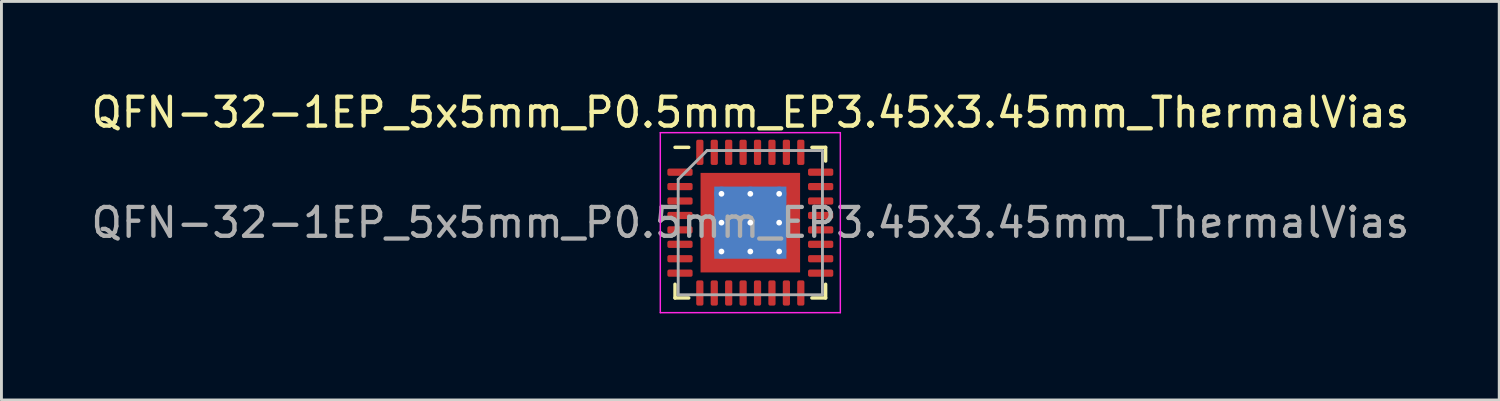
<source format=kicad_pcb>
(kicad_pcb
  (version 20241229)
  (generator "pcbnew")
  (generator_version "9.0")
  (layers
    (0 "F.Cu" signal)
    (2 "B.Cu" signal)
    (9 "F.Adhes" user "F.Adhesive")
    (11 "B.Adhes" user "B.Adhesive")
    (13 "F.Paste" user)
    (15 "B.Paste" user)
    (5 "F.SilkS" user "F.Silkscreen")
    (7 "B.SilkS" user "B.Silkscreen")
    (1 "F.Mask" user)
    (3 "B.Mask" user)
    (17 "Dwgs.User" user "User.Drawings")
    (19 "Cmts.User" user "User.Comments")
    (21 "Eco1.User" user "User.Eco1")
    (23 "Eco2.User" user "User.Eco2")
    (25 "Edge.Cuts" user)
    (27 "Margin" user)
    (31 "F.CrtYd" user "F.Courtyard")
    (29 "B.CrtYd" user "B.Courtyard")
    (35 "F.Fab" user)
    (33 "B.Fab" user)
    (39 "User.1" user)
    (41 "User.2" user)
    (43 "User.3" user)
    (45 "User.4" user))
  (footprint "QFN-32-1EP_5x5mm_P0.5mm_EP3.45x3.45mm_ThermalVias"
    (layer "F.Cu")
    (at 22.958 4.668)
    (property "Reference" "QFN-32-1EP_5x5mm_P0.5mm_EP3.45x3.45mm_ThermalVias" (at 0 -3.82 0) (layer "F.SilkS") (effects (font (size 1 1) (thickness 0.15))))
    (attr smd)
    (fp_line (start -2.61 2.61) (end -2.61 2.135) (stroke (width 0.12) (type solid)) (layer "F.SilkS"))
    (fp_line (start -2.135 -2.61) (end -2.61 -2.61) (stroke (width 0.12) (type solid)) (layer "F.SilkS"))
    (fp_line (start -2.135 2.61) (end -2.61 2.61) (stroke (width 0.12) (type solid)) (layer "F.SilkS"))
    (fp_line (start 2.135 -2.61) (end 2.61 -2.61) (stroke (width 0.12) (type solid)) (layer "F.SilkS"))
    (fp_line (start 2.135 2.61) (end 2.61 2.61) (stroke (width 0.12) (type solid)) (layer "F.SilkS"))
    (fp_line (start 2.61 -2.61) (end 2.61 -2.135) (stroke (width 0.12) (type solid)) (layer "F.SilkS"))
    (fp_line (start 2.61 2.61) (end 2.61 2.135) (stroke (width 0.12) (type solid)) (layer "F.SilkS"))
    (fp_line (start -3.12 -3.12) (end -3.12 3.12) (stroke (width 0.05) (type solid)) (layer "F.CrtYd"))
    (fp_line (start -3.12 3.12) (end 3.12 3.12) (stroke (width 0.05) (type solid)) (layer "F.CrtYd"))
    (fp_line (start 3.12 -3.12) (end -3.12 -3.12) (stroke (width 0.05) (type solid)) (layer "F.CrtYd"))
    (fp_line (start 3.12 3.12) (end 3.12 -3.12) (stroke (width 0.05) (type solid)) (layer "F.CrtYd"))
    (fp_line (start -2.5 -1.5) (end -1.5 -2.5) (stroke (width 0.1) (type solid)) (layer "F.Fab"))
    (fp_line (start -2.5 2.5) (end -2.5 -1.5) (stroke (width 0.1) (type solid)) (layer "F.Fab"))
    (fp_line (start -1.5 -2.5) (end 2.5 -2.5) (stroke (width 0.1) (type solid)) (layer "F.Fab"))
    (fp_line (start 2.5 -2.5) (end 2.5 2.5) (stroke (width 0.1) (type solid)) (layer "F.Fab"))
    (fp_line (start 2.5 2.5) (end -2.5 2.5) (stroke (width 0.1) (type solid)) (layer "F.Fab"))
    (fp_text user "${REFERENCE}" (at 0 0 0) (layer "F.Fab") (effects (font (size 1 1) (thickness 0.15))))
    (pad "" smd custom (at -1.363 -1.363) (size 0.484 0.484) (layers "F.Paste") (options (anchor circle)) (primitives (gr_poly (pts (xy -0.192 -0.192) (xy 0.192 -0.192) (xy 0.192 0.108) (xy 0.108 0.192) (xy -0.192 0.192)) (width 0.201) (fill yes))))
    (pad "" smd custom (at -1.363 -0.5) (size 0.503 0.503) (layers "F.Paste") (options (anchor circle)) (primitives (gr_poly (pts (xy -0.21 -0.321) (xy 0.143 -0.321) (xy 0.21 -0.254) (xy 0.21 0.254) (xy 0.143 0.321) (xy -0.21 0.321)) (width 0.164) (fill yes))))
    (pad "" smd custom (at -1.363 0.5) (size 0.503 0.503) (layers "F.Paste") (options (anchor circle)) (primitives (gr_poly (pts (xy -0.21 -0.321) (xy 0.143 -0.321) (xy 0.21 -0.254) (xy 0.21 0.254) (xy 0.143 0.321) (xy -0.21 0.321)) (width 0.164) (fill yes))))
    (pad "" smd custom (at -1.363 1.363) (size 0.484 0.484) (layers "F.Paste") (options (anchor circle)) (primitives (gr_poly (pts (xy -0.192 -0.192) (xy 0.108 -0.192) (xy 0.192 -0.108) (xy 0.192 0.192) (xy -0.192 0.192)) (width 0.201) (fill yes))))
    (pad "" smd custom (at -0.5 -1.363) (size 0.503 0.503) (layers "F.Paste") (options (anchor circle)) (primitives (gr_poly (pts (xy -0.321 -0.21) (xy 0.321 -0.21) (xy 0.321 0.143) (xy 0.254 0.21) (xy -0.254 0.21) (xy -0.321 0.143)) (width 0.164) (fill yes))))
    (pad "" smd roundrect (at -0.5 -0.5) (size 0.806 0.806) (layers "F.Paste") (roundrect_rratio 0.25))
    (pad "" smd roundrect (at -0.5 0.5) (size 0.806 0.806) (layers "F.Paste") (roundrect_rratio 0.25))
    (pad "" smd custom (at -0.5 1.363) (size 0.503 0.503) (layers "F.Paste") (options (anchor circle)) (primitives (gr_poly (pts (xy -0.321 -0.143) (xy -0.254 -0.21) (xy 0.254 -0.21) (xy 0.321 -0.143) (xy 0.321 0.21) (xy -0.321 0.21)) (width 0.164) (fill yes))))
    (pad "" smd custom (at 0.5 -1.363) (size 0.503 0.503) (layers "F.Paste") (options (anchor circle)) (primitives (gr_poly (pts (xy -0.321 -0.21) (xy 0.321 -0.21) (xy 0.321 0.143) (xy 0.254 0.21) (xy -0.254 0.21) (xy -0.321 0.143)) (width 0.164) (fill yes))))
    (pad "" smd roundrect (at 0.5 -0.5) (size 0.806 0.806) (layers "F.Paste") (roundrect_rratio 0.25))
    (pad "" smd roundrect (at 0.5 0.5) (size 0.806 0.806) (layers "F.Paste") (roundrect_rratio 0.25))
    (pad "" smd custom (at 0.5 1.363) (size 0.503 0.503) (layers "F.Paste") (options (anchor circle)) (primitives (gr_poly (pts (xy -0.321 -0.143) (xy -0.254 -0.21) (xy 0.254 -0.21) (xy 0.321 -0.143) (xy 0.321 0.21) (xy -0.321 0.21)) (width 0.164) (fill yes))))
    (pad "" smd custom (at 1.363 -1.363) (size 0.484 0.484) (layers "F.Paste") (options (anchor circle)) (primitives (gr_poly (pts (xy -0.192 -0.192) (xy 0.192 -0.192) (xy 0.192 0.192) (xy -0.108 0.192) (xy -0.192 0.108)) (width 0.201) (fill yes))))
    (pad "" smd custom (at 1.363 -0.5) (size 0.503 0.503) (layers "F.Paste") (options (anchor circle)) (primitives (gr_poly (pts (xy -0.21 -0.254) (xy -0.143 -0.321) (xy 0.21 -0.321) (xy 0.21 0.321) (xy -0.143 0.321) (xy -0.21 0.254)) (width 0.164) (fill yes))))
    (pad "" smd custom (at 1.363 0.5) (size 0.503 0.503) (layers "F.Paste") (options (anchor circle)) (primitives (gr_poly (pts (xy -0.21 -0.254) (xy -0.143 -0.321) (xy 0.21 -0.321) (xy 0.21 0.321) (xy -0.143 0.321) (xy -0.21 0.254)) (width 0.164) (fill yes))))
    (pad "" smd custom (at 1.363 1.363) (size 0.484 0.484) (layers "F.Paste") (options (anchor circle)) (primitives (gr_poly (pts (xy -0.192 -0.108) (xy -0.108 -0.192) (xy 0.192 -0.192) (xy 0.192 0.192) (xy -0.192 0.192)) (width 0.201) (fill yes))))
    (pad "1" smd roundrect (at -2.438 -1.75) (size 0.875 0.25) (layers "F.Cu" "F.Mask" "F.Paste") (roundrect_rratio 0.25))
    (pad "2" smd roundrect (at -2.438 -1.25) (size 0.875 0.25) (layers "F.Cu" "F.Mask" "F.Paste") (roundrect_rratio 0.25))
    (pad "3" smd roundrect (at -2.438 -0.75) (size 0.875 0.25) (layers "F.Cu" "F.Mask" "F.Paste") (roundrect_rratio 0.25))
    (pad "4" smd roundrect (at -2.438 -0.25) (size 0.875 0.25) (layers "F.Cu" "F.Mask" "F.Paste") (roundrect_rratio 0.25))
    (pad "5" smd roundrect (at -2.438 0.25) (size 0.875 0.25) (layers "F.Cu" "F.Mask" "F.Paste") (roundrect_rratio 0.25))
    (pad "6" smd roundrect (at -2.438 0.75) (size 0.875 0.25) (layers "F.Cu" "F.Mask" "F.Paste") (roundrect_rratio 0.25))
    (pad "7" smd roundrect (at -2.438 1.25) (size 0.875 0.25) (layers "F.Cu" "F.Mask" "F.Paste") (roundrect_rratio 0.25))
    (pad "8" smd roundrect (at -2.438 1.75) (size 0.875 0.25) (layers "F.Cu" "F.Mask" "F.Paste") (roundrect_rratio 0.25))
    (pad "9" smd roundrect (at -1.75 2.438) (size 0.25 0.875) (layers "F.Cu" "F.Mask" "F.Paste") (roundrect_rratio 0.25))
    (pad "10" smd roundrect (at -1.25 2.438) (size 0.25 0.875) (layers "F.Cu" "F.Mask" "F.Paste") (roundrect_rratio 0.25))
    (pad "11" smd roundrect (at -0.75 2.438) (size 0.25 0.875) (layers "F.Cu" "F.Mask" "F.Paste") (roundrect_rratio 0.25))
    (pad "12" smd roundrect (at -0.25 2.438) (size 0.25 0.875) (layers "F.Cu" "F.Mask" "F.Paste") (roundrect_rratio 0.25))
    (pad "13" smd roundrect (at 0.25 2.438) (size 0.25 0.875) (layers "F.Cu" "F.Mask" "F.Paste") (roundrect_rratio 0.25))
    (pad "14" smd roundrect (at 0.75 2.438) (size 0.25 0.875) (layers "F.Cu" "F.Mask" "F.Paste") (roundrect_rratio 0.25))
    (pad "15" smd roundrect (at 1.25 2.438) (size 0.25 0.875) (layers "F.Cu" "F.Mask" "F.Paste") (roundrect_rratio 0.25))
    (pad "16" smd roundrect (at 1.75 2.438) (size 0.25 0.875) (layers "F.Cu" "F.Mask" "F.Paste") (roundrect_rratio 0.25))
    (pad "17" smd roundrect (at 2.438 1.75) (size 0.875 0.25) (layers "F.Cu" "F.Mask" "F.Paste") (roundrect_rratio 0.25))
    (pad "18" smd roundrect (at 2.438 1.25) (size 0.875 0.25) (layers "F.Cu" "F.Mask" "F.Paste") (roundrect_rratio 0.25))
    (pad "19" smd roundrect (at 2.438 0.75) (size 0.875 0.25) (layers "F.Cu" "F.Mask" "F.Paste") (roundrect_rratio 0.25))
    (pad "20" smd roundrect (at 2.438 0.25) (size 0.875 0.25) (layers "F.Cu" "F.Mask" "F.Paste") (roundrect_rratio 0.25))
    (pad "21" smd roundrect (at 2.438 -0.25) (size 0.875 0.25) (layers "F.Cu" "F.Mask" "F.Paste") (roundrect_rratio 0.25))
    (pad "22" smd roundrect (at 2.438 -0.75) (size 0.875 0.25) (layers "F.Cu" "F.Mask" "F.Paste") (roundrect_rratio 0.25))
    (pad "23" smd roundrect (at 2.438 -1.25) (size 0.875 0.25) (layers "F.Cu" "F.Mask" "F.Paste") (roundrect_rratio 0.25))
    (pad "24" smd roundrect (at 2.438 -1.75) (size 0.875 0.25) (layers "F.Cu" "F.Mask" "F.Paste") (roundrect_rratio 0.25))
    (pad "25" smd roundrect (at 1.75 -2.438) (size 0.25 0.875) (layers "F.Cu" "F.Mask" "F.Paste") (roundrect_rratio 0.25))
    (pad "26" smd roundrect (at 1.25 -2.438) (size 0.25 0.875) (layers "F.Cu" "F.Mask" "F.Paste") (roundrect_rratio 0.25))
    (pad "27" smd roundrect (at 0.75 -2.438) (size 0.25 0.875) (layers "F.Cu" "F.Mask" "F.Paste") (roundrect_rratio 0.25))
    (pad "28" smd roundrect (at 0.25 -2.438) (size 0.25 0.875) (layers "F.Cu" "F.Mask" "F.Paste") (roundrect_rratio 0.25))
    (pad "29" smd roundrect (at -0.25 -2.438) (size 0.25 0.875) (layers "F.Cu" "F.Mask" "F.Paste") (roundrect_rratio 0.25))
    (pad "30" smd roundrect (at -0.75 -2.438) (size 0.25 0.875) (layers "F.Cu" "F.Mask" "F.Paste") (roundrect_rratio 0.25))
    (pad "31" smd roundrect (at -1.25 -2.438) (size 0.25 0.875) (layers "F.Cu" "F.Mask" "F.Paste") (roundrect_rratio 0.25))
    (pad "32" smd roundrect (at -1.75 -2.438) (size 0.25 0.875) (layers "F.Cu" "F.Mask" "F.Paste") (roundrect_rratio 0.25))
    (pad "33" thru_hole circle (at -1 -1) (size 0.5 0.5) (drill 0.2) (layers "*.Cu"))
    (pad "33" thru_hole circle (at -1 0) (size 0.5 0.5) (drill 0.2) (layers "*.Cu"))
    (pad "33" thru_hole circle (at -1 1) (size 0.5 0.5) (drill 0.2) (layers "*.Cu"))
    (pad "33" thru_hole circle (at 0 -1) (size 0.5 0.5) (drill 0.2) (layers "*.Cu"))
    (pad "33" thru_hole circle (at 0 0) (size 0.5 0.5) (drill 0.2) (layers "*.Cu"))
    (pad "33" smd rect (at 0 0) (size 2.5 2.5) (layers "B.Cu"))
    (pad "33" smd rect (at 0 0) (size 3.45 3.45) (layers "F.Cu" "F.Mask"))
    (pad "33" thru_hole circle (at 0 1) (size 0.5 0.5) (drill 0.2) (layers "*.Cu"))
    (pad "33" thru_hole circle (at 1 -1) (size 0.5 0.5) (drill 0.2) (layers "*.Cu"))
    (pad "33" thru_hole circle (at 1 0) (size 0.5 0.5) (drill 0.2) (layers "*.Cu"))
    (pad "33" thru_hole circle (at 1 1) (size 0.5 0.5) (drill 0.2) (layers "*.Cu")))
  (gr_rect
    (start -3 -3)
    (end 48.917 10.813)
    (stroke (width 0.1) (type default))
    (fill no)
    (layer "Edge.Cuts")))
</source>
